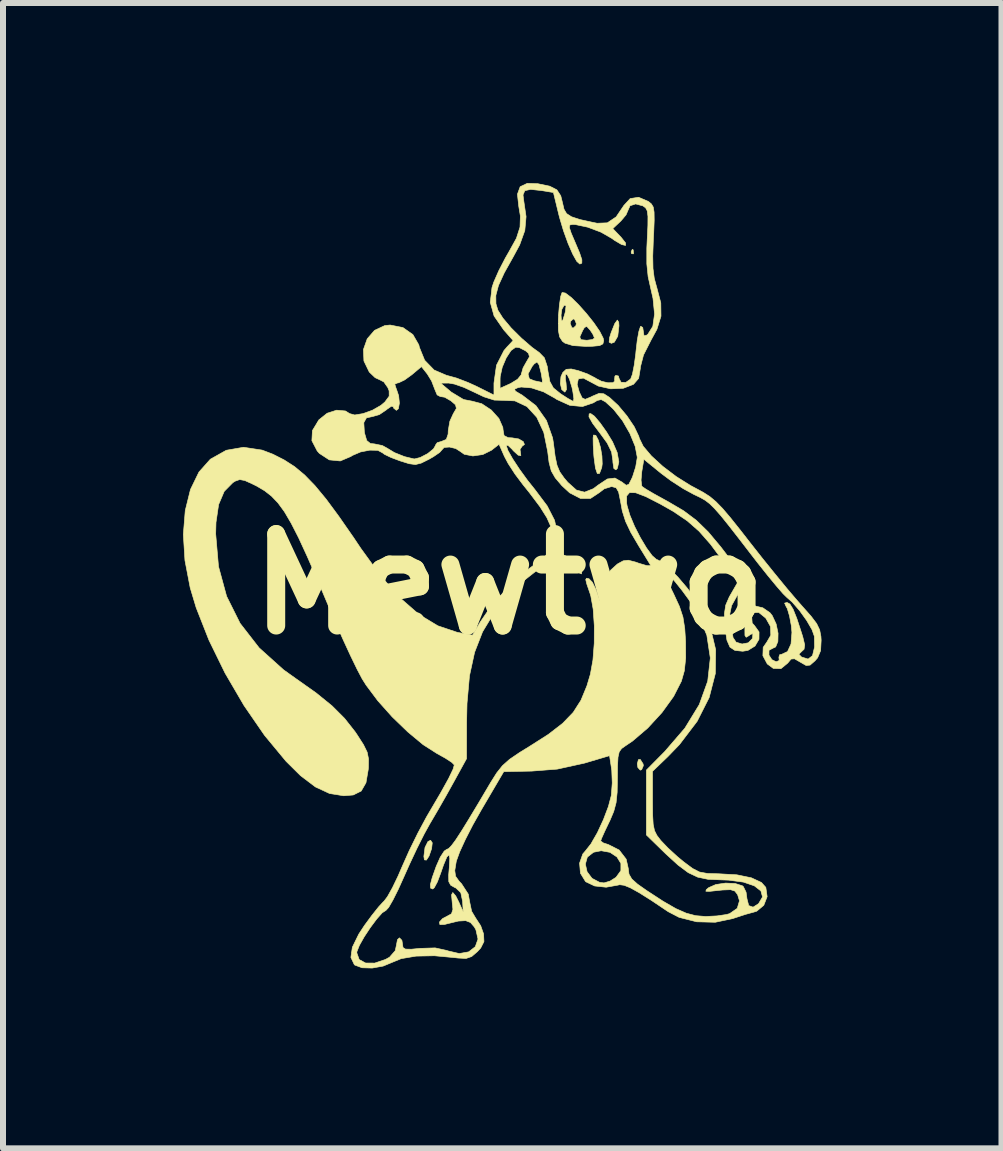
<source format=kicad_pcb>
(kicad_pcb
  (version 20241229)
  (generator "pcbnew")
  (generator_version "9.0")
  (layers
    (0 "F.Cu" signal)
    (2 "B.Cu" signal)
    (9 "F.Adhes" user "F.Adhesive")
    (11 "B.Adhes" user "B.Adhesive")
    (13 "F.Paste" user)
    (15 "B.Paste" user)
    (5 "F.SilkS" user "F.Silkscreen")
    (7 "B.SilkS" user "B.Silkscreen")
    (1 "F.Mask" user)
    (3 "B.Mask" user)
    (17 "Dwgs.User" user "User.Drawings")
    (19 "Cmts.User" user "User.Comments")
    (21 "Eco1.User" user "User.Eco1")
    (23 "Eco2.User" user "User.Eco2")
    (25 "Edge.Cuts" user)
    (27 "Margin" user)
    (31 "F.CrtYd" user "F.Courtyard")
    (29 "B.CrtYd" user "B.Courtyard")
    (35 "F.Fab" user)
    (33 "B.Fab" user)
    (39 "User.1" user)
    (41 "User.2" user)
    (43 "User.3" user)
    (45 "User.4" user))
  (footprint "Mewtwo"
    (layer "F.Cu")
    (at 5.435 6.684)
    (property "Reference" "Mewtwo" (at 0 0 0) (layer "F.SilkS") (effects (font (size 1.524 1.524) (thickness 0.3))))
    (attr through_hole)
    (fp_poly (pts (xy 2.066 -5.571) (xy 2.072 -5.511) (xy 2.066 -5.503) (xy 2.036 -5.51) (xy 2.032 -5.537) (xy 2.051 -5.579) (xy 2.066 -5.571)) (stroke (width 0.01) (type solid)) (fill yes) (layer "F.SilkS"))
    (fp_poly (pts (xy 1.177 -0.316) (xy 1.214 -0.235) (xy 1.204 -0.171) (xy 1.163 -0.188) (xy 1.12 -0.25) (xy 1.09 -0.335) (xy 1.117 -0.356) (xy 1.177 -0.316)) (stroke (width 0.01) (type solid)) (fill yes) (layer "F.SilkS"))
    (fp_poly (pts (xy 2.231 2.995) (xy 2.235 3.026) (xy 2.207 3.091) (xy 2.184 3.099) (xy 2.144 3.056) (xy 2.134 2.994) (xy 2.153 2.924) (xy 2.184 2.921) (xy 2.231 2.995)) (stroke (width 0.01) (type solid)) (fill yes) (layer "F.SilkS"))
    (fp_poly (pts (xy -1.282 4.31) (xy -1.293 4.407) (xy -1.336 4.531) (xy -1.38 4.598) (xy -1.413 4.594) (xy -1.422 4.536) (xy -1.403 4.387) (xy -1.354 4.289) (xy -1.31 4.267) (xy -1.282 4.31)) (stroke (width 0.01) (type solid)) (fill yes) (layer "F.SilkS"))
    (fp_poly (pts (xy 1.825 -4.365) (xy 1.829 -4.305) (xy 1.809 -4.132) (xy 1.752 -4.032) (xy 1.702 -4.013) (xy 1.665 -4.033) (xy 1.672 -4.106) (xy 1.698 -4.19) (xy 1.759 -4.342) (xy 1.802 -4.401) (xy 1.825 -4.365)) (stroke (width 0.01) (type solid)) (fill yes) (layer "F.SilkS"))
    (fp_poly (pts (xy 1.443 -2.48) (xy 1.484 -2.402) (xy 1.521 -2.278) (xy 1.545 -2.136) (xy 1.55 -2.004) (xy 1.542 -1.943) (xy 1.504 -1.844) (xy 1.468 -1.843) (xy 1.437 -1.934) (xy 1.413 -2.113) (xy 1.41 -2.146) (xy 1.4 -2.315) (xy 1.398 -2.438) (xy 1.404 -2.485) (xy 1.443 -2.48)) (stroke (width 0.01) (type solid)) (fill yes) (layer "F.SilkS"))
    (fp_poly (pts (xy 1.42 -2.799) (xy 1.513 -2.689) (xy 1.622 -2.536) (xy 1.722 -2.372) (xy 1.799 -2.194) (xy 1.827 -2.037) (xy 1.802 -1.929) (xy 1.778 -1.905) (xy 1.744 -1.927) (xy 1.728 -2.031) (xy 1.727 -2.06) (xy 1.706 -2.202) (xy 1.633 -2.351) (xy 1.524 -2.501) (xy 1.392 -2.677) (xy 1.329 -2.788) (xy 1.332 -2.838) (xy 1.359 -2.842) (xy 1.42 -2.799)) (stroke (width 0.01) (type solid)) (fill yes) (layer "F.SilkS"))
    (fp_poly (pts (xy 0.936 -4.851) (xy 1.034 -4.777) (xy 1.155 -4.658) (xy 1.286 -4.511) (xy 1.409 -4.357) (xy 1.508 -4.213) (xy 1.566 -4.099) (xy 1.575 -4.057) (xy 1.561 -4.004) (xy 1.506 -3.975) (xy 1.386 -3.964) (xy 1.274 -3.962) (xy 1.062 -3.975) (xy 0.929 -4.016) (xy 0.887 -4.047) (xy 0.841 -4.119) (xy 1.176 -4.119) (xy 1.195 -4.074) (xy 1.292 -4.064) (xy 1.295 -4.064) (xy 1.39 -4.077) (xy 1.421 -4.102) (xy 1.392 -4.169) (xy 1.349 -4.233) (xy 1.291 -4.297) (xy 1.252 -4.274) (xy 1.223 -4.224) (xy 1.176 -4.119) (xy 0.841 -4.119) (xy 0.84 -4.119) (xy 0.819 -4.23) (xy 0.818 -4.343) (xy 1.016 -4.343) (xy 1.043 -4.276) (xy 1.067 -4.267) (xy 1.112 -4.308) (xy 1.118 -4.343) (xy 1.09 -4.411) (xy 1.067 -4.42) (xy 1.022 -4.378) (xy 1.016 -4.343) (xy 0.818 -4.343) (xy 0.818 -4.406) (xy 0.822 -4.477) (xy 0.822 -4.484) (xy 0.864 -4.484) (xy 0.87 -4.388) (xy 0.891 -4.392) (xy 0.924 -4.496) (xy 0.935 -4.538) (xy 0.947 -4.638) (xy 0.916 -4.649) (xy 0.877 -4.579) (xy 0.864 -4.484) (xy 0.822 -4.484) (xy 0.837 -4.656) (xy 0.858 -4.794) (xy 0.881 -4.86) (xy 0.936 -4.851)) (stroke (width 0.01) (type solid)) (fill yes) (layer "F.SilkS"))
    (fp_poly (pts (xy 0.477 -6.673) (xy 0.674 -6.632) (xy 0.794 -6.571) (xy 0.859 -6.472) (xy 0.889 -6.351) (xy 0.913 -6.248) (xy 0.956 -6.175) (xy 1.038 -6.122) (xy 1.177 -6.076) (xy 1.392 -6.029) (xy 1.465 -6.014) (xy 1.635 -6.021) (xy 1.782 -6.12) (xy 1.912 -6.312) (xy 2.016 -6.425) (xy 2.156 -6.447) (xy 2.319 -6.377) (xy 2.322 -6.375) (xy 2.37 -6.335) (xy 2.4 -6.284) (xy 2.414 -6.2) (xy 2.416 -6.064) (xy 2.408 -5.855) (xy 2.402 -5.747) (xy 2.392 -5.467) (xy 2.396 -5.259) (xy 2.417 -5.097) (xy 2.456 -4.952) (xy 2.457 -4.951) (xy 2.526 -4.687) (xy 2.529 -4.465) (xy 2.461 -4.246) (xy 2.362 -4.064) (xy 2.238 -3.819) (xy 2.186 -3.619) (xy 2.184 -3.59) (xy 2.157 -3.429) (xy 2.071 -3.33) (xy 1.901 -3.264) (xy 1.691 -3.255) (xy 1.485 -3.301) (xy 1.369 -3.363) (xy 1.235 -3.434) (xy 1.152 -3.42) (xy 1.132 -3.329) (xy 1.167 -3.205) (xy 1.215 -3.104) (xy 1.266 -3.08) (xy 1.362 -3.119) (xy 1.384 -3.131) (xy 1.497 -3.179) (xy 1.577 -3.172) (xy 1.671 -3.112) (xy 1.815 -2.979) (xy 1.961 -2.805) (xy 2.084 -2.622) (xy 2.159 -2.464) (xy 2.169 -2.429) (xy 2.233 -2.298) (xy 2.369 -2.137) (xy 2.559 -1.963) (xy 2.783 -1.793) (xy 3.024 -1.642) (xy 3.107 -1.598) (xy 3.233 -1.53) (xy 3.341 -1.461) (xy 3.444 -1.375) (xy 3.556 -1.26) (xy 3.691 -1.101) (xy 3.864 -0.884) (xy 4.007 -0.7) (xy 4.215 -0.436) (xy 4.428 -0.172) (xy 4.627 0.071) (xy 4.795 0.268) (xy 4.879 0.364) (xy 5.03 0.534) (xy 5.123 0.657) (xy 5.173 0.761) (xy 5.194 0.869) (xy 5.198 0.934) (xy 5.189 1.108) (xy 5.139 1.227) (xy 5.096 1.277) (xy 5.013 1.349) (xy 4.947 1.355) (xy 4.85 1.299) (xy 4.753 1.243) (xy 4.697 1.248) (xy 4.64 1.316) (xy 4.528 1.408) (xy 4.401 1.404) (xy 4.3 1.329) (xy 4.227 1.192) (xy 4.232 1.053) (xy 4.293 0.965) (xy 4.359 0.851) (xy 4.354 0.706) (xy 4.277 0.569) (xy 4.267 0.559) (xy 4.159 0.472) (xy 4.086 0.474) (xy 4.041 0.545) (xy 4.049 0.648) (xy 4.087 0.69) (xy 4.163 0.796) (xy 4.162 0.919) (xy 4.096 1.031) (xy 3.978 1.104) (xy 3.891 1.118) (xy 3.761 1.104) (xy 3.678 1.049) (xy 3.628 0.934) (xy 3.599 0.742) (xy 3.594 0.686) (xy 3.586 0.491) (xy 3.608 0.349) (xy 3.667 0.213) (xy 3.69 0.173) (xy 3.81 -0.035) (xy 3.562 -0.386) (xy 3.354 -0.666) (xy 3.165 -0.881) (xy 2.967 -1.055) (xy 2.733 -1.213) (xy 2.518 -1.335) (xy 2.276 -1.459) (xy 2.108 -1.523) (xy 2.005 -1.526) (xy 1.957 -1.469) (xy 1.957 -1.35) (xy 1.965 -1.304) (xy 2.011 -1.149) (xy 2.088 -0.965) (xy 2.185 -0.776) (xy 2.287 -0.605) (xy 2.382 -0.475) (xy 2.456 -0.41) (xy 2.471 -0.406) (xy 2.548 -0.368) (xy 2.668 -0.266) (xy 2.811 -0.118) (xy 2.961 0.058) (xy 3.101 0.241) (xy 3.154 0.32) (xy 3.347 0.7) (xy 3.44 1.091) (xy 3.435 1.489) (xy 3.332 1.889) (xy 3.132 2.285) (xy 2.837 2.673) (xy 2.644 2.873) (xy 2.388 3.119) (xy 2.388 3.613) (xy 2.39 3.845) (xy 2.399 4.001) (xy 2.421 4.107) (xy 2.462 4.188) (xy 2.525 4.27) (xy 2.644 4.395) (xy 2.802 4.54) (xy 2.911 4.63) (xy 3.056 4.738) (xy 3.172 4.797) (xy 3.304 4.821) (xy 3.491 4.826) (xy 3.793 4.843) (xy 4.035 4.893) (xy 4.203 4.971) (xy 4.276 5.053) (xy 4.298 5.207) (xy 4.242 5.351) (xy 4.125 5.449) (xy 4.078 5.464) (xy 3.939 5.502) (xy 3.768 5.558) (xy 3.723 5.573) (xy 3.433 5.634) (xy 3.123 5.626) (xy 2.831 5.552) (xy 2.65 5.458) (xy 2.376 5.274) (xy 2.17 5.144) (xy 2.021 5.061) (xy 1.916 5.018) (xy 1.841 5.008) (xy 1.806 5.016) (xy 1.615 5.05) (xy 1.423 5.029) (xy 1.276 4.959) (xy 1.271 4.954) (xy 1.187 4.817) (xy 1.174 4.665) (xy 1.269 4.665) (xy 1.298 4.792) (xy 1.38 4.902) (xy 1.507 4.969) (xy 1.58 4.978) (xy 1.681 4.948) (xy 1.78 4.885) (xy 1.861 4.773) (xy 1.861 4.653) (xy 1.795 4.546) (xy 1.68 4.469) (xy 1.533 4.442) (xy 1.406 4.467) (xy 1.302 4.548) (xy 1.269 4.665) (xy 1.174 4.665) (xy 1.172 4.65) (xy 1.226 4.496) (xy 1.269 4.446) (xy 1.363 4.327) (xy 1.39 4.279) (xy 1.524 4.279) (xy 1.567 4.311) (xy 1.652 4.339) (xy 1.832 4.43) (xy 1.949 4.582) (xy 1.984 4.737) (xy 1.996 4.832) (xy 2.042 4.912) (xy 2.139 4.999) (xy 2.29 5.105) (xy 2.563 5.283) (xy 2.776 5.406) (xy 2.951 5.483) (xy 3.107 5.524) (xy 3.265 5.537) (xy 3.284 5.537) (xy 3.463 5.528) (xy 3.619 5.505) (xy 3.673 5.49) (xy 3.8 5.402) (xy 3.837 5.276) (xy 3.806 5.174) (xy 3.76 5.114) (xy 3.688 5.091) (xy 3.558 5.096) (xy 3.488 5.103) (xy 3.34 5.119) (xy 3.277 5.117) (xy 3.284 5.091) (xy 3.324 5.057) (xy 3.443 5.005) (xy 3.605 4.981) (xy 3.766 4.988) (xy 3.885 5.026) (xy 3.901 5.039) (xy 3.947 5.133) (xy 3.962 5.243) (xy 3.991 5.356) (xy 4.064 5.382) (xy 4.155 5.324) (xy 4.221 5.212) (xy 4.194 5.112) (xy 4.085 5.027) (xy 3.904 4.965) (xy 3.658 4.932) (xy 3.52 4.927) (xy 3.312 4.918) (xy 3.141 4.882) (xy 2.983 4.807) (xy 2.814 4.681) (xy 2.607 4.492) (xy 2.568 4.454) (xy 2.286 4.179) (xy 2.286 3.098) (xy 2.59 2.791) (xy 2.927 2.4) (xy 3.167 2.007) (xy 3.308 1.616) (xy 3.351 1.23) (xy 3.293 0.85) (xy 3.136 0.48) (xy 3.108 0.432) (xy 3.004 0.273) (xy 2.884 0.109) (xy 2.766 -0.039) (xy 2.666 -0.15) (xy 2.603 -0.202) (xy 2.597 -0.203) (xy 2.6 -0.162) (xy 2.641 -0.051) (xy 2.713 0.107) (xy 2.74 0.162) (xy 2.837 0.372) (xy 2.895 0.548) (xy 2.925 0.738) (xy 2.939 0.953) (xy 2.941 1.231) (xy 2.918 1.445) (xy 2.869 1.617) (xy 2.74 1.87) (xy 2.545 2.14) (xy 2.308 2.398) (xy 2.054 2.615) (xy 1.934 2.696) (xy 1.872 2.74) (xy 1.833 2.795) (xy 1.813 2.883) (xy 1.805 3.028) (xy 1.803 3.23) (xy 1.799 3.468) (xy 1.781 3.642) (xy 1.742 3.787) (xy 1.677 3.941) (xy 1.664 3.967) (xy 1.591 4.12) (xy 1.54 4.234) (xy 1.524 4.279) (xy 1.39 4.279) (xy 1.469 4.142) (xy 1.57 3.924) (xy 1.653 3.705) (xy 1.702 3.518) (xy 1.702 3.514) (xy 1.717 3.313) (xy 1.709 3.105) (xy 1.705 3.076) (xy 1.672 2.858) (xy 1.255 2.982) (xy 0.8 3.082) (xy 0.374 3.115) (xy -0.091 3.124) (xy -0.463 3.758) (xy -0.607 4.013) (xy -0.731 4.255) (xy -0.825 4.46) (xy -0.878 4.606) (xy -0.883 4.624) (xy -0.907 4.772) (xy -0.894 4.867) (xy -0.834 4.951) (xy -0.795 4.991) (xy -0.682 5.165) (xy -0.66 5.29) (xy -0.626 5.451) (xy -0.56 5.562) (xy -0.475 5.692) (xy -0.427 5.828) (xy -0.421 5.956) (xy -0.475 6.063) (xy -0.53 6.123) (xy -0.626 6.205) (xy -0.719 6.237) (xy -0.854 6.23) (xy -0.904 6.224) (xy -1.246 6.192) (xy -1.552 6.198) (xy -1.8 6.24) (xy -1.941 6.298) (xy -2.1 6.364) (xy -2.283 6.397) (xy -2.452 6.392) (xy -2.571 6.348) (xy -2.581 6.34) (xy -2.638 6.219) (xy -2.627 6.142) (xy -2.54 6.142) (xy -2.5 6.255) (xy -2.393 6.313) (xy -2.24 6.314) (xy -2.063 6.254) (xy -1.994 6.216) (xy -1.899 6.107) (xy -1.88 6.019) (xy -1.862 5.924) (xy -1.829 5.893) (xy -1.788 5.935) (xy -1.778 5.997) (xy -1.77 6.055) (xy -1.729 6.081) (xy -1.632 6.083) (xy -1.486 6.069) (xy -1.234 6.061) (xy -1.039 6.104) (xy -1.02 6.111) (xy -0.832 6.155) (xy -0.675 6.127) (xy -0.565 6.041) (xy -0.52 5.914) (xy -0.555 5.759) (xy -0.582 5.711) (xy -0.645 5.638) (xy -0.725 5.607) (xy -0.848 5.614) (xy -1.037 5.66) (xy -1.079 5.671) (xy -1.155 5.673) (xy -1.163 5.631) (xy -1.111 5.573) (xy -1.044 5.538) (xy -0.962 5.493) (xy -0.938 5.419) (xy -0.949 5.311) (xy -0.961 5.177) (xy -0.94 5.138) (xy -0.891 5.195) (xy -0.84 5.296) (xy -0.766 5.461) (xy -0.777 5.283) (xy -0.807 5.141) (xy -0.888 5.063) (xy -0.907 5.055) (xy -0.975 5.016) (xy -1.007 4.957) (xy -1.009 4.847) (xy -0.999 4.73) (xy -0.99 4.571) (xy -1.003 4.51) (xy -1.039 4.546) (xy -1.095 4.68) (xy -1.141 4.813) (xy -1.196 4.96) (xy -1.248 5.057) (xy -1.274 5.08) (xy -1.31 5.065) (xy -1.314 5.007) (xy -1.283 4.89) (xy -1.216 4.701) (xy -1.149 4.55) (xy -1.083 4.448) (xy -1.042 4.42) (xy -1.009 4.406) (xy -0.962 4.357) (xy -0.894 4.266) (xy -0.8 4.122) (xy -0.673 3.916) (xy -0.507 3.64) (xy -0.309 3.305) (xy -0.209 3.146) (xy -0.113 3.025) (xy 0.006 2.919) (xy 0.172 2.806) (xy 0.336 2.705) (xy 0.653 2.503) (xy 0.891 2.319) (xy 1.067 2.136) (xy 1.196 1.934) (xy 1.295 1.694) (xy 1.353 1.499) (xy 1.395 1.266) (xy 1.417 0.986) (xy 1.418 0.691) (xy 1.399 0.416) (xy 1.36 0.198) (xy 1.346 0.152) (xy 1.294 0.001) (xy 1.275 -0.076) (xy 1.288 -0.099) (xy 1.33 -0.09) (xy 1.385 -0.033) (xy 1.443 0.083) (xy 1.451 0.105) (xy 1.512 0.279) (xy 1.547 0.127) (xy 1.609 -0.088) (xy 1.688 -0.231) (xy 1.799 -0.332) (xy 1.807 -0.338) (xy 1.9 -0.389) (xy 1.984 -0.399) (xy 2.102 -0.369) (xy 2.164 -0.347) (xy 2.296 -0.308) (xy 2.353 -0.309) (xy 2.351 -0.324) (xy 2.307 -0.396) (xy 2.229 -0.523) (xy 2.16 -0.635) (xy 2.026 -0.863) (xy 1.939 -1.046) (xy 1.884 -1.22) (xy 1.853 -1.39) (xy 1.823 -1.536) (xy 1.782 -1.606) (xy 1.713 -1.625) (xy 1.704 -1.626) (xy 1.584 -1.589) (xy 1.499 -1.524) (xy 1.354 -1.428) (xy 1.188 -1.428) (xy 1.007 -1.522) (xy 0.878 -1.641) (xy 0.767 -1.772) (xy 0.701 -1.887) (xy 0.664 -2.029) (xy 0.641 -2.211) (xy 0.576 -2.529) (xy 0.459 -2.781) (xy 0.296 -2.959) (xy 0.095 -3.054) (xy -0.102 -3.063) (xy -0.249 -3.067) (xy -0.422 -3.122) (xy -0.577 -3.196) (xy -0.752 -3.278) (xy -0.912 -3.334) (xy -1.008 -3.351) (xy -1.143 -3.35) (xy -0.965 -3.2) (xy -0.761 -3.077) (xy -0.617 -3.049) (xy -0.458 -3.007) (xy -0.299 -2.902) (xy -0.172 -2.761) (xy -0.106 -2.611) (xy -0.102 -2.57) (xy -0.086 -2.476) (xy -0.017 -2.441) (xy 0.048 -2.438) (xy 0.158 -2.42) (xy 0.234 -2.376) (xy 0.254 -2.328) (xy 0.215 -2.298) (xy 0.18 -2.244) (xy 0.186 -2.207) (xy 0.194 -2.142) (xy 0.15 -2.149) (xy 0.068 -2.224) (xy 0.048 -2.248) (xy -0.019 -2.312) (xy -0.049 -2.311) (xy -0.049 -2.309) (xy -0.021 -2.227) (xy 0.057 -2.089) (xy 0.17 -1.917) (xy 0.304 -1.732) (xy 0.427 -1.578) (xy 0.633 -1.304) (xy 0.756 -1.064) (xy 0.803 -0.843) (xy 0.8 -0.73) (xy 0.79 -0.592) (xy 0.811 -0.525) (xy 0.87 -0.499) (xy 0.879 -0.498) (xy 0.974 -0.455) (xy 1.006 -0.411) (xy 1 -0.365) (xy 0.923 -0.363) (xy 0.876 -0.371) (xy 0.7 -0.356) (xy 0.484 -0.247) (xy 0.229 -0.047) (xy -0.007 0.186) (xy -0.256 0.483) (xy -0.444 0.794) (xy -0.577 1.136) (xy -0.662 1.527) (xy -0.703 1.986) (xy -0.71 2.305) (xy -0.711 2.908) (xy -0.924 3.296) (xy -1.051 3.524) (xy -1.189 3.765) (xy -1.309 3.97) (xy -1.32 3.988) (xy -1.416 4.162) (xy -1.534 4.396) (xy -1.657 4.658) (xy -1.749 4.864) (xy -1.848 5.084) (xy -1.938 5.264) (xy -2.009 5.387) (xy -2.053 5.435) (xy -2.054 5.436) (xy -2.116 5.476) (xy -2.208 5.58) (xy -2.314 5.722) (xy -2.417 5.878) (xy -2.497 6.02) (xy -2.538 6.124) (xy -2.54 6.142) (xy -2.627 6.142) (xy -2.614 6.051) (xy -2.507 5.832) (xy -2.412 5.687) (xy -2.289 5.52) (xy -2.176 5.378) (xy -2.095 5.29) (xy -2.086 5.283) (xy -2.028 5.206) (xy -1.945 5.057) (xy -1.851 4.862) (xy -1.786 4.711) (xy -1.666 4.441) (xy -1.522 4.148) (xy -1.379 3.881) (xy -1.33 3.797) (xy -1.142 3.477) (xy -1.01 3.239) (xy -0.935 3.083) (xy -0.915 3.012) (xy -0.956 2.97) (xy -1.065 2.899) (xy -1.207 2.82) (xy -1.435 2.674) (xy -1.69 2.462) (xy -1.95 2.211) (xy -2.19 1.942) (xy -2.386 1.68) (xy -2.45 1.578) (xy -2.533 1.421) (xy -2.643 1.194) (xy -2.77 0.919) (xy -2.903 0.618) (xy -3.003 0.384) (xy -3.2 -0.083) (xy -3.367 -0.465) (xy -3.509 -0.773) (xy -3.634 -1.017) (xy -3.746 -1.208) (xy -3.853 -1.354) (xy -3.961 -1.467) (xy -4.075 -1.556) (xy -4.203 -1.632) (xy -4.269 -1.665) (xy -4.405 -1.727) (xy -4.491 -1.743) (xy -4.567 -1.716) (xy -4.606 -1.691) (xy -4.749 -1.546) (xy -4.842 -1.327) (xy -4.886 -1.028) (xy -4.891 -0.838) (xy -4.844 -0.294) (xy -4.709 0.202) (xy -4.484 0.653) (xy -4.167 1.061) (xy -3.758 1.429) (xy -3.556 1.573) (xy -3.218 1.812) (xy -2.953 2.027) (xy -2.744 2.236) (xy -2.569 2.458) (xy -2.537 2.505) (xy -2.428 2.675) (xy -2.367 2.799) (xy -2.344 2.912) (xy -2.346 3.049) (xy -2.349 3.089) (xy -2.387 3.31) (xy -2.466 3.447) (xy -2.599 3.513) (xy -2.758 3.526) (xy -2.994 3.488) (xy -3.229 3.379) (xy -3.477 3.191) (xy -3.719 2.951) (xy -4.076 2.52) (xy -4.419 2.022) (xy -4.734 1.483) (xy -5.004 0.931) (xy -5.216 0.392) (xy -5.316 0.059) (xy -5.403 -0.395) (xy -5.43 -0.828) (xy -5.398 -1.227) (xy -5.311 -1.578) (xy -5.17 -1.868) (xy -4.978 -2.084) (xy -4.976 -2.084) (xy -4.715 -2.231) (xy -4.427 -2.281) (xy -4.117 -2.234) (xy -3.939 -2.166) (xy -3.75 -2.07) (xy -3.577 -1.959) (xy -3.41 -1.82) (xy -3.238 -1.643) (xy -3.051 -1.417) (xy -2.839 -1.13) (xy -2.59 -0.772) (xy -2.473 -0.597) (xy -2.139 -0.136) (xy -1.817 0.23) (xy -1.502 0.505) (xy -1.189 0.694) (xy -0.871 0.801) (xy -0.838 0.808) (xy -0.611 0.85) (xy -0.482 0.63) (xy -0.341 0.424) (xy -0.153 0.198) (xy 0.056 -0.022) (xy 0.262 -0.209) (xy 0.434 -0.334) (xy 0.591 -0.449) (xy 0.677 -0.584) (xy 0.709 -0.771) (xy 0.711 -0.844) (xy 0.692 -0.963) (xy 0.628 -1.107) (xy 0.513 -1.29) (xy 0.337 -1.524) (xy 0.227 -1.661) (xy 0.097 -1.834) (xy -0.018 -2.012) (xy -0.081 -2.131) (xy -0.169 -2.331) (xy -0.295 -2.232) (xy -0.44 -2.16) (xy -0.605 -2.136) (xy -0.749 -2.164) (xy -0.813 -2.21) (xy -0.891 -2.26) (xy -0.996 -2.285) (xy -1.085 -2.278) (xy -1.118 -2.242) (xy -1.159 -2.195) (xy -1.263 -2.124) (xy -1.336 -2.082) (xy -1.467 -2.017) (xy -1.562 -1.993) (xy -1.667 -2.007) (xy -1.818 -2.054) (xy -1.97 -2.111) (xy -2.078 -2.163) (xy -2.111 -2.188) (xy -2.189 -2.23) (xy -2.323 -2.233) (xy -2.477 -2.203) (xy -2.615 -2.144) (xy -2.638 -2.128) (xy -2.815 -2.053) (xy -2.998 -2.071) (xy -3.163 -2.179) (xy -3.2 -2.221) (xy -3.288 -2.391) (xy -3.279 -2.56) (xy -3.199 -2.692) (xy -2.423 -2.692) (xy -2.414 -2.54) (xy -2.41 -2.515) (xy -2.374 -2.393) (xy -2.313 -2.344) (xy -2.246 -2.337) (xy -2.114 -2.31) (xy -2.036 -2.267) (xy -1.912 -2.192) (xy -1.744 -2.125) (xy -1.591 -2.088) (xy -1.575 -2.087) (xy -1.482 -2.111) (xy -1.361 -2.174) (xy -1.355 -2.178) (xy -1.262 -2.254) (xy -1.227 -2.313) (xy -1.228 -2.318) (xy -1.199 -2.358) (xy -1.13 -2.378) (xy -1.048 -2.412) (xy -1.018 -2.5) (xy -1.016 -2.558) (xy -0.989 -2.715) (xy -0.932 -2.84) (xy -0.88 -2.929) (xy -0.895 -2.989) (xy -0.97 -3.054) (xy -1.075 -3.115) (xy -1.15 -3.127) (xy -1.201 -3.154) (xy -1.238 -3.242) (xy -1.293 -3.385) (xy -1.365 -3.502) (xy -1.462 -3.625) (xy -1.624 -3.489) (xy -1.743 -3.403) (xy -1.841 -3.356) (xy -1.86 -3.353) (xy -1.907 -3.333) (xy -1.884 -3.26) (xy -1.881 -3.255) (xy -1.842 -3.139) (xy -1.83 -3.016) (xy -1.847 -2.923) (xy -1.88 -2.896) (xy -1.927 -2.935) (xy -1.93 -2.955) (xy -1.961 -2.966) (xy -2.036 -2.915) (xy -2.048 -2.904) (xy -2.165 -2.825) (xy -2.274 -2.794) (xy -2.379 -2.771) (xy -2.423 -2.692) (xy -3.199 -2.692) (xy -3.171 -2.739) (xy -3.17 -2.739) (xy -3.034 -2.848) (xy -2.876 -2.899) (xy -2.729 -2.886) (xy -2.659 -2.842) (xy -2.574 -2.819) (xy -2.436 -2.842) (xy -2.28 -2.898) (xy -2.138 -2.979) (xy -2.072 -3.035) (xy -2 -3.132) (xy -2.001 -3.222) (xy -2.023 -3.276) (xy -2.089 -3.37) (xy -2.154 -3.404) (xy -2.234 -3.441) (xy -2.327 -3.53) (xy -2.333 -3.537) (xy -2.421 -3.719) (xy -2.429 -3.91) (xy -2.366 -4.088) (xy -2.244 -4.229) (xy -2.073 -4.309) (xy -1.984 -4.318) (xy -1.771 -4.276) (xy -1.605 -4.159) (xy -1.506 -3.987) (xy -1.497 -3.947) (xy -1.409 -3.731) (xy -1.251 -3.568) (xy -1.043 -3.479) (xy -1.034 -3.477) (xy -0.88 -3.435) (xy -0.687 -3.361) (xy -0.546 -3.297) (xy -0.254 -3.151) (xy -0.254 -3.249) (xy 0.089 -3.249) (xy 0.104 -3.216) (xy 0.2 -3.159) (xy 0.212 -3.153) (xy 0.445 -2.975) (xy 0.62 -2.728) (xy 0.723 -2.438) (xy 0.737 -2.351) (xy 0.765 -2.132) (xy 0.796 -1.983) (xy 0.842 -1.872) (xy 0.915 -1.769) (xy 0.975 -1.698) (xy 1.12 -1.568) (xy 1.256 -1.533) (xy 1.403 -1.591) (xy 1.482 -1.651) (xy 1.636 -1.753) (xy 1.762 -1.768) (xy 1.883 -1.699) (xy 1.888 -1.694) (xy 1.95 -1.648) (xy 1.993 -1.664) (xy 2.03 -1.735) (xy 2.197 -1.735) (xy 2.208 -1.639) (xy 2.217 -1.625) (xy 2.279 -1.583) (xy 2.408 -1.507) (xy 2.58 -1.412) (xy 2.654 -1.371) (xy 2.906 -1.223) (xy 3.118 -1.064) (xy 3.316 -0.871) (xy 3.526 -0.62) (xy 3.614 -0.505) (xy 3.762 -0.304) (xy 3.852 -0.16) (xy 3.889 -0.052) (xy 3.879 0.043) (xy 3.827 0.147) (xy 3.792 0.202) (xy 3.705 0.358) (xy 3.677 0.492) (xy 3.686 0.597) (xy 3.709 0.752) (xy 3.728 0.878) (xy 3.729 0.889) (xy 3.781 0.967) (xy 3.88 0.997) (xy 3.984 0.977) (xy 4.051 0.908) (xy 4.056 0.891) (xy 4.06 0.823) (xy 4.016 0.84) (xy 3.996 0.857) (xy 3.949 0.885) (xy 3.928 0.855) (xy 3.927 0.747) (xy 3.93 0.689) (xy 3.95 0.536) (xy 3.984 0.424) (xy 4 0.399) (xy 4.099 0.364) (xy 4.226 0.394) (xy 4.345 0.476) (xy 4.383 0.524) (xy 4.448 0.664) (xy 4.48 0.818) (xy 4.477 0.955) (xy 4.44 1.046) (xy 4.394 1.067) (xy 4.329 1.102) (xy 4.328 1.182) (xy 4.377 1.258) (xy 4.448 1.293) (xy 4.499 1.272) (xy 4.494 1.216) (xy 4.507 1.175) (xy 4.542 1.168) (xy 4.638 1.123) (xy 4.696 0.997) (xy 4.711 0.805) (xy 4.701 0.693) (xy 4.671 0.531) (xy 4.634 0.407) (xy 4.613 0.37) (xy 4.589 0.316) (xy 4.63 0.305) (xy 4.677 0.331) (xy 4.73 0.416) (xy 4.793 0.573) (xy 4.872 0.815) (xy 4.892 0.879) (xy 4.924 1.012) (xy 4.913 1.085) (xy 4.875 1.12) (xy 4.827 1.168) (xy 4.87 1.213) (xy 4.872 1.214) (xy 4.981 1.248) (xy 5.054 1.191) (xy 5.088 1.048) (xy 5.085 0.869) (xy 5.045 0.757) (xy 4.956 0.604) (xy 4.839 0.441) (xy 4.716 0.299) (xy 4.626 0.22) (xy 4.562 0.157) (xy 4.451 0.029) (xy 4.305 -0.148) (xy 4.138 -0.358) (xy 4.056 -0.464) (xy 3.832 -0.755) (xy 3.659 -0.977) (xy 3.527 -1.141) (xy 3.424 -1.258) (xy 3.341 -1.34) (xy 3.267 -1.397) (xy 3.19 -1.441) (xy 3.101 -1.484) (xy 3.081 -1.493) (xy 2.901 -1.591) (xy 2.694 -1.725) (xy 2.531 -1.847) (xy 2.244 -2.081) (xy 2.209 -1.874) (xy 2.197 -1.735) (xy 2.03 -1.735) (xy 2.041 -1.757) (xy 2.057 -1.794) (xy 2.108 -1.955) (xy 2.133 -2.104) (xy 2.133 -2.119) (xy 2.099 -2.297) (xy 2.011 -2.511) (xy 1.887 -2.726) (xy 1.743 -2.908) (xy 1.713 -2.938) (xy 1.604 -3.038) (xy 1.533 -3.076) (xy 1.467 -3.061) (xy 1.401 -3.021) (xy 1.221 -2.96) (xy 1.009 -2.98) (xy 0.793 -3.078) (xy 0.76 -3.1) (xy 0.572 -3.205) (xy 0.373 -3.27) (xy 0.2 -3.285) (xy 0.147 -3.275) (xy 0.089 -3.249) (xy -0.254 -3.249) (xy -0.254 -3.35) (xy -0.244 -3.423) (xy -0.152 -3.423) (xy -0.152 -3.264) (xy 0.025 -3.344) (xy 0.14 -3.415) (xy 0.201 -3.49) (xy 0.203 -3.503) (xy 0.314 -3.503) (xy 0.335 -3.423) (xy 0.419 -3.389) (xy 0.515 -3.369) (xy 0.55 -3.36) (xy 0.552 -3.398) (xy 0.535 -3.501) (xy 0.532 -3.518) (xy 0.497 -3.655) (xy 0.463 -3.702) (xy 0.416 -3.67) (xy 0.382 -3.628) (xy 0.314 -3.503) (xy 0.203 -3.503) (xy 0.203 -3.504) (xy 0.231 -3.604) (xy 0.285 -3.7) (xy 0.337 -3.789) (xy 0.322 -3.846) (xy 0.272 -3.889) (xy 0.169 -3.941) (xy 0.108 -3.949) (xy 0.03 -3.893) (xy -0.05 -3.77) (xy -0.116 -3.615) (xy -0.15 -3.461) (xy -0.152 -3.423) (xy -0.244 -3.423) (xy -0.212 -3.648) (xy -0.087 -3.893) (xy -0.04 -3.948) (xy 0.065 -4.06) (xy -0.092 -4.238) (xy -0.252 -4.469) (xy -0.316 -4.698) (xy -0.302 -4.811) (xy -0.223 -4.811) (xy -0.221 -4.672) (xy -0.188 -4.564) (xy -0.106 -4.434) (xy 0.032 -4.27) (xy 0.204 -4.099) (xy 0.383 -3.944) (xy 0.5 -3.86) (xy 0.586 -3.772) (xy 0.634 -3.628) (xy 0.647 -3.539) (xy 0.677 -3.377) (xy 0.736 -3.27) (xy 0.852 -3.176) (xy 0.857 -3.172) (xy 0.975 -3.096) (xy 1.055 -3.052) (xy 1.069 -3.048) (xy 1.077 -3.092) (xy 1.061 -3.204) (xy 1.046 -3.277) (xy 1.004 -3.416) (xy 0.965 -3.492) (xy 0.938 -3.497) (xy 0.936 -3.422) (xy 0.947 -3.353) (xy 0.955 -3.243) (xy 0.927 -3.2) (xy 0.875 -3.243) (xy 0.852 -3.342) (xy 0.862 -3.457) (xy 0.893 -3.527) (xy 0.95 -3.58) (xy 1.033 -3.586) (xy 1.151 -3.558) (xy 1.305 -3.503) (xy 1.431 -3.438) (xy 1.445 -3.428) (xy 1.537 -3.381) (xy 1.643 -3.356) (xy 1.728 -3.357) (xy 1.761 -3.385) (xy 1.755 -3.4) (xy 1.761 -3.465) (xy 1.777 -3.479) (xy 1.821 -3.468) (xy 1.829 -3.432) (xy 1.863 -3.365) (xy 1.942 -3.361) (xy 2.023 -3.418) (xy 2.053 -3.497) (xy 2.083 -3.648) (xy 2.109 -3.84) (xy 2.112 -3.876) (xy 2.134 -4.066) (xy 2.161 -4.213) (xy 2.187 -4.292) (xy 2.192 -4.297) (xy 2.225 -4.277) (xy 2.235 -4.213) (xy 2.246 -4.138) (xy 2.292 -4.15) (xy 2.31 -4.164) (xy 2.393 -4.296) (xy 2.422 -4.5) (xy 2.396 -4.762) (xy 2.362 -4.912) (xy 2.315 -5.123) (xy 2.293 -5.338) (xy 2.293 -5.596) (xy 2.3 -5.747) (xy 2.311 -5.978) (xy 2.312 -6.129) (xy 2.3 -6.22) (xy 2.273 -6.271) (xy 2.227 -6.304) (xy 2.226 -6.304) (xy 2.106 -6.336) (xy 2.013 -6.305) (xy 1.981 -6.233) (xy 1.947 -6.154) (xy 1.863 -6.054) (xy 1.854 -6.045) (xy 1.726 -5.925) (xy 1.863 -5.782) (xy 1.939 -5.686) (xy 1.939 -5.644) (xy 1.873 -5.659) (xy 1.753 -5.73) (xy 1.711 -5.761) (xy 1.53 -5.865) (xy 1.31 -5.948) (xy 1.103 -5.992) (xy 1.055 -5.994) (xy 1.01 -5.985) (xy 1.002 -5.943) (xy 1.033 -5.849) (xy 1.093 -5.709) (xy 1.173 -5.52) (xy 1.211 -5.405) (xy 1.21 -5.349) (xy 1.177 -5.334) (xy 1.126 -5.379) (xy 1.058 -5.501) (xy 0.981 -5.678) (xy 0.905 -5.888) (xy 0.839 -6.109) (xy 0.823 -6.172) (xy 0.737 -6.526) (xy 0.534 -6.559) (xy 0.357 -6.578) (xy 0.26 -6.557) (xy 0.23 -6.486) (xy 0.243 -6.384) (xy 0.281 -6.124) (xy 0.26 -5.892) (xy 0.174 -5.653) (xy 0.069 -5.458) (xy -0.083 -5.186) (xy -0.179 -4.977) (xy -0.223 -4.811) (xy -0.302 -4.811) (xy -0.287 -4.942) (xy -0.257 -5.033) (xy -0.174 -5.222) (xy -0.065 -5.433) (xy -0.004 -5.539) (xy 0.12 -5.763) (xy 0.18 -5.95) (xy 0.186 -6.135) (xy 0.159 -6.298) (xy 0.137 -6.498) (xy 0.183 -6.623) (xy 0.301 -6.679) (xy 0.477 -6.673)) (stroke (width 0.01) (type solid)) (fill yes) (layer "F.SilkS")))
  (gr_rect
    (start -3 -3)
    (end 13.638 16.085)
    (stroke (width 0.1) (type default))
    (fill no)
    (layer "Edge.Cuts")))
</source>
